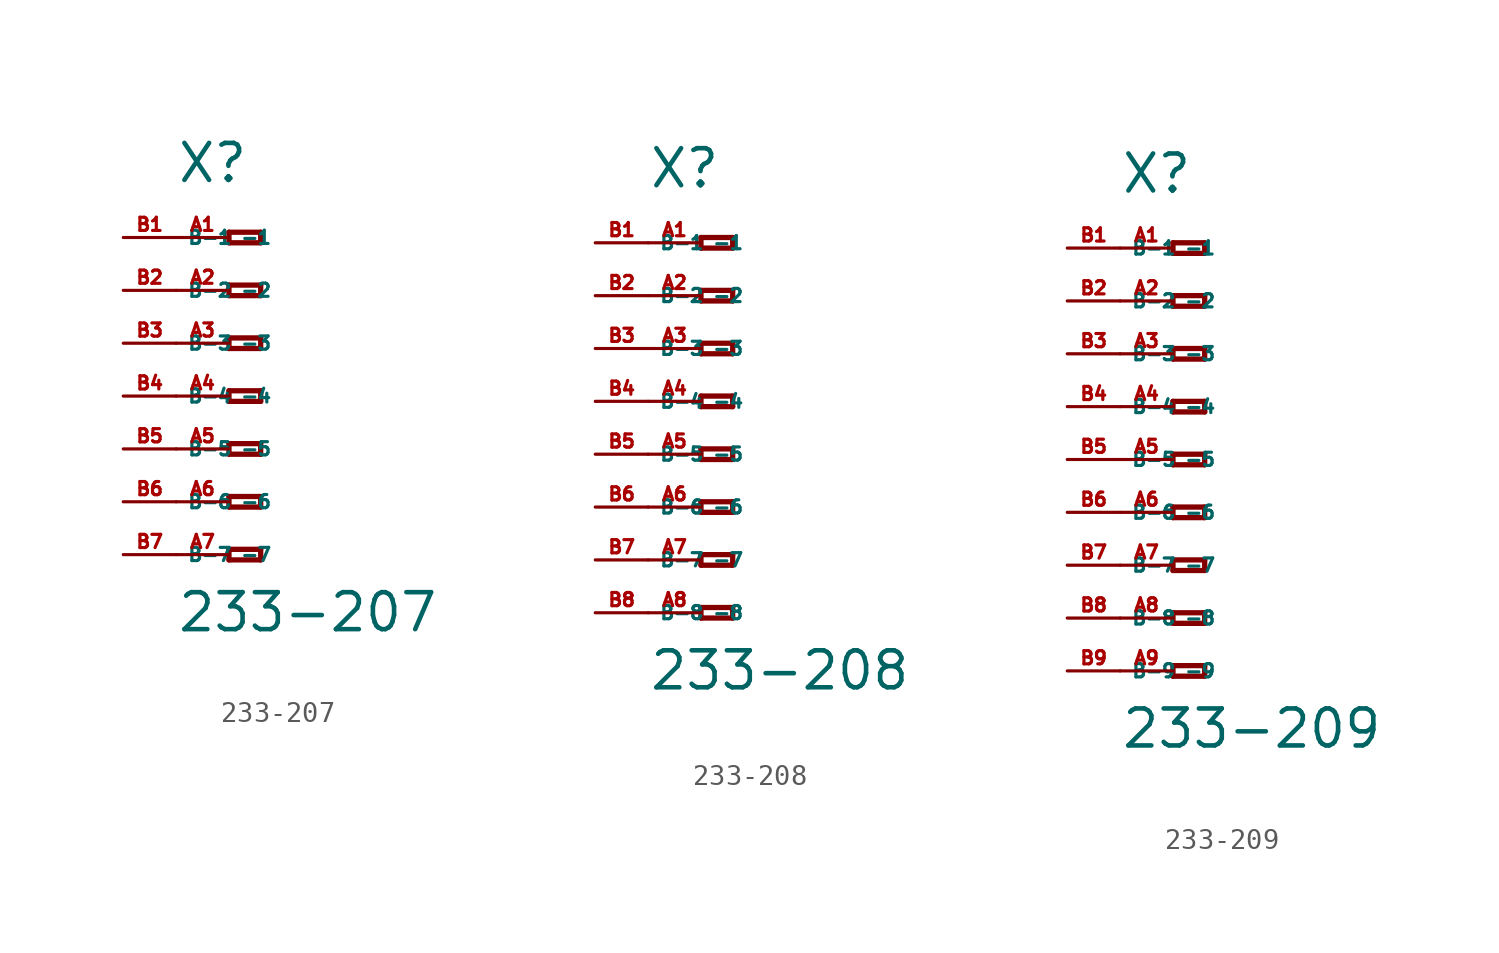
<source format=kicad_sym>
(kicad_symbol_lib
  (version 20220914)
  (generator Eagle2Kicad)
  (symbol "233-207"
    (property "Reference" "X"
      (at -5.08 10.16 0)
      (effects (font (size 1.778 1.778) (thickness 0.22)) (justify left bottom)))
    (property "Value" "233-207"
      (at -5.08 -11.43 0)
      (effects (font (size 1.778 1.778) (thickness 0.22)) (justify left bottom)))
    (polyline
      (pts (xy -2.54 7.874) (xy -2.54 7.366))
      (stroke (width 0.254) (type default))
      (fill (type none)))
    (polyline
      (pts (xy -2.54 7.366) (xy -1.016 7.366))
      (stroke (width 0.254) (type default))
      (fill (type none)))
    (polyline
      (pts (xy -1.016 7.366) (xy -1.016 7.874))
      (stroke (width 0.254) (type default))
      (fill (type none)))
    (polyline
      (pts (xy -1.016 7.874) (xy -2.54 7.874))
      (stroke (width 0.254) (type default))
      (fill (type none)))
    (polyline
      (pts (xy -2.54 5.334) (xy -2.54 4.826))
      (stroke (width 0.254) (type default))
      (fill (type none)))
    (polyline
      (pts (xy -2.54 4.826) (xy -1.016 4.826))
      (stroke (width 0.254) (type default))
      (fill (type none)))
    (polyline
      (pts (xy -1.016 4.826) (xy -1.016 5.334))
      (stroke (width 0.254) (type default))
      (fill (type none)))
    (polyline
      (pts (xy -1.016 5.334) (xy -2.54 5.334))
      (stroke (width 0.254) (type default))
      (fill (type none)))
    (polyline
      (pts (xy -2.54 2.794) (xy -2.54 2.286))
      (stroke (width 0.254) (type default))
      (fill (type none)))
    (polyline
      (pts (xy -2.54 2.286) (xy -1.016 2.286))
      (stroke (width 0.254) (type default))
      (fill (type none)))
    (polyline
      (pts (xy -1.016 2.286) (xy -1.016 2.794))
      (stroke (width 0.254) (type default))
      (fill (type none)))
    (polyline
      (pts (xy -1.016 2.794) (xy -2.54 2.794))
      (stroke (width 0.254) (type default))
      (fill (type none)))
    (polyline
      (pts (xy -2.54 0.254) (xy -2.54 -0.254))
      (stroke (width 0.254) (type default))
      (fill (type none)))
    (polyline
      (pts (xy -2.54 -0.254) (xy -1.016 -0.254))
      (stroke (width 0.254) (type default))
      (fill (type none)))
    (polyline
      (pts (xy -1.016 -0.254) (xy -1.016 0.254))
      (stroke (width 0.254) (type default))
      (fill (type none)))
    (polyline
      (pts (xy -1.016 0.254) (xy -2.54 0.254))
      (stroke (width 0.254) (type default))
      (fill (type none)))
    (polyline
      (pts (xy -2.54 -2.286) (xy -2.54 -2.794))
      (stroke (width 0.254) (type default))
      (fill (type none)))
    (polyline
      (pts (xy -2.54 -2.794) (xy -1.016 -2.794))
      (stroke (width 0.254) (type default))
      (fill (type none)))
    (polyline
      (pts (xy -1.016 -2.794) (xy -1.016 -2.286))
      (stroke (width 0.254) (type default))
      (fill (type none)))
    (polyline
      (pts (xy -1.016 -2.286) (xy -2.54 -2.286))
      (stroke (width 0.254) (type default))
      (fill (type none)))
    (polyline
      (pts (xy -2.54 -4.826) (xy -2.54 -5.334))
      (stroke (width 0.254) (type default))
      (fill (type none)))
    (polyline
      (pts (xy -2.54 -5.334) (xy -1.016 -5.334))
      (stroke (width 0.254) (type default))
      (fill (type none)))
    (polyline
      (pts (xy -1.016 -5.334) (xy -1.016 -4.826))
      (stroke (width 0.254) (type default))
      (fill (type none)))
    (polyline
      (pts (xy -1.016 -4.826) (xy -2.54 -4.826))
      (stroke (width 0.254) (type default))
      (fill (type none)))
    (polyline
      (pts (xy -2.54 -7.366) (xy -2.54 -7.874))
      (stroke (width 0.254) (type default))
      (fill (type none)))
    (polyline
      (pts (xy -2.54 -7.874) (xy -1.016 -7.874))
      (stroke (width 0.254) (type default))
      (fill (type none)))
    (polyline
      (pts (xy -1.016 -7.874) (xy -1.016 -7.366))
      (stroke (width 0.254) (type default))
      (fill (type none)))
    (polyline
      (pts (xy -1.016 -7.366) (xy -2.54 -7.366))
      (stroke (width 0.254) (type default))
      (fill (type none)))
    (pin passive line
      (at -5.08 7.62 0)
      (length 2.54)
      (name "-1" (effects (font (size 0.635 0.635) (thickness 0.08)) (justify left bottom)))
      (number "A1" (effects (font (size 0.635 0.635) (thickness 0.08)) (justify left bottom))))
    (pin passive line
      (at -5.08 5.08 0)
      (length 2.54)
      (name "-2" (effects (font (size 0.635 0.635) (thickness 0.08)) (justify left bottom)))
      (number "A2" (effects (font (size 0.635 0.635) (thickness 0.08)) (justify left bottom))))
    (pin passive line
      (at -5.08 2.54 0)
      (length 2.54)
      (name "-3" (effects (font (size 0.635 0.635) (thickness 0.08)) (justify left bottom)))
      (number "A3" (effects (font (size 0.635 0.635) (thickness 0.08)) (justify left bottom))))
    (pin passive line
      (at -5.08 0 0)
      (length 2.54)
      (name "-4" (effects (font (size 0.635 0.635) (thickness 0.08)) (justify left bottom)))
      (number "A4" (effects (font (size 0.635 0.635) (thickness 0.08)) (justify left bottom))))
    (pin passive line
      (at -5.08 -2.54 0)
      (length 2.54)
      (name "-5" (effects (font (size 0.635 0.635) (thickness 0.08)) (justify left bottom)))
      (number "A5" (effects (font (size 0.635 0.635) (thickness 0.08)) (justify left bottom))))
    (pin passive line
      (at -5.08 -5.08 0)
      (length 2.54)
      (name "-6" (effects (font (size 0.635 0.635) (thickness 0.08)) (justify left bottom)))
      (number "A6" (effects (font (size 0.635 0.635) (thickness 0.08)) (justify left bottom))))
    (pin passive line
      (at -5.08 -7.62 0)
      (length 2.54)
      (name "-7" (effects (font (size 0.635 0.635) (thickness 0.08)) (justify left bottom)))
      (number "A7" (effects (font (size 0.635 0.635) (thickness 0.08)) (justify left bottom))))
    (pin passive line
      (at -7.62 -7.62 0)
      (length 2.54)
      (name "B-7" (effects (font (size 0.635 0.635) (thickness 0.08)) (justify left bottom)))
      (number "B7" (effects (font (size 0.635 0.635) (thickness 0.08)) (justify left bottom))))
    (pin passive line
      (at -7.62 7.62 0)
      (length 2.54)
      (name "B-1" (effects (font (size 0.635 0.635) (thickness 0.08)) (justify left bottom)))
      (number "B1" (effects (font (size 0.635 0.635) (thickness 0.08)) (justify left bottom))))
    (pin passive line
      (at -7.62 5.08 0)
      (length 2.54)
      (name "B-2" (effects (font (size 0.635 0.635) (thickness 0.08)) (justify left bottom)))
      (number "B2" (effects (font (size 0.635 0.635) (thickness 0.08)) (justify left bottom))))
    (pin passive line
      (at -7.62 2.54 0)
      (length 2.54)
      (name "B-3" (effects (font (size 0.635 0.635) (thickness 0.08)) (justify left bottom)))
      (number "B3" (effects (font (size 0.635 0.635) (thickness 0.08)) (justify left bottom))))
    (pin passive line
      (at -7.62 0 0)
      (length 2.54)
      (name "B-4" (effects (font (size 0.635 0.635) (thickness 0.08)) (justify left bottom)))
      (number "B4" (effects (font (size 0.635 0.635) (thickness 0.08)) (justify left bottom))))
    (pin passive line
      (at -7.62 -2.54 0)
      (length 2.54)
      (name "B-5" (effects (font (size 0.635 0.635) (thickness 0.08)) (justify left bottom)))
      (number "B5" (effects (font (size 0.635 0.635) (thickness 0.08)) (justify left bottom))))
    (pin passive line
      (at -7.62 -5.08 0)
      (length 2.54)
      (name "B-6" (effects (font (size 0.635 0.635) (thickness 0.08)) (justify left bottom)))
      (number "B6" (effects (font (size 0.635 0.635) (thickness 0.08)) (justify left bottom)))))
  (symbol "233-208"
    (property "Reference" "X"
      (at -5.08 10.16 0)
      (effects (font (size 1.778 1.778) (thickness 0.22)) (justify left bottom)))
    (property "Value" "233-208"
      (at -5.08 -13.97 0)
      (effects (font (size 1.778 1.778) (thickness 0.22)) (justify left bottom)))
    (polyline
      (pts (xy -2.54 7.874) (xy -2.54 7.366))
      (stroke (width 0.254) (type default))
      (fill (type none)))
    (polyline
      (pts (xy -2.54 7.366) (xy -1.016 7.366))
      (stroke (width 0.254) (type default))
      (fill (type none)))
    (polyline
      (pts (xy -1.016 7.366) (xy -1.016 7.874))
      (stroke (width 0.254) (type default))
      (fill (type none)))
    (polyline
      (pts (xy -1.016 7.874) (xy -2.54 7.874))
      (stroke (width 0.254) (type default))
      (fill (type none)))
    (polyline
      (pts (xy -2.54 5.334) (xy -2.54 4.826))
      (stroke (width 0.254) (type default))
      (fill (type none)))
    (polyline
      (pts (xy -2.54 4.826) (xy -1.016 4.826))
      (stroke (width 0.254) (type default))
      (fill (type none)))
    (polyline
      (pts (xy -1.016 4.826) (xy -1.016 5.334))
      (stroke (width 0.254) (type default))
      (fill (type none)))
    (polyline
      (pts (xy -1.016 5.334) (xy -2.54 5.334))
      (stroke (width 0.254) (type default))
      (fill (type none)))
    (polyline
      (pts (xy -2.54 2.794) (xy -2.54 2.286))
      (stroke (width 0.254) (type default))
      (fill (type none)))
    (polyline
      (pts (xy -2.54 2.286) (xy -1.016 2.286))
      (stroke (width 0.254) (type default))
      (fill (type none)))
    (polyline
      (pts (xy -1.016 2.286) (xy -1.016 2.794))
      (stroke (width 0.254) (type default))
      (fill (type none)))
    (polyline
      (pts (xy -1.016 2.794) (xy -2.54 2.794))
      (stroke (width 0.254) (type default))
      (fill (type none)))
    (polyline
      (pts (xy -2.54 0.254) (xy -2.54 -0.254))
      (stroke (width 0.254) (type default))
      (fill (type none)))
    (polyline
      (pts (xy -2.54 -0.254) (xy -1.016 -0.254))
      (stroke (width 0.254) (type default))
      (fill (type none)))
    (polyline
      (pts (xy -1.016 -0.254) (xy -1.016 0.254))
      (stroke (width 0.254) (type default))
      (fill (type none)))
    (polyline
      (pts (xy -1.016 0.254) (xy -2.54 0.254))
      (stroke (width 0.254) (type default))
      (fill (type none)))
    (polyline
      (pts (xy -2.54 -2.286) (xy -2.54 -2.794))
      (stroke (width 0.254) (type default))
      (fill (type none)))
    (polyline
      (pts (xy -2.54 -2.794) (xy -1.016 -2.794))
      (stroke (width 0.254) (type default))
      (fill (type none)))
    (polyline
      (pts (xy -1.016 -2.794) (xy -1.016 -2.286))
      (stroke (width 0.254) (type default))
      (fill (type none)))
    (polyline
      (pts (xy -1.016 -2.286) (xy -2.54 -2.286))
      (stroke (width 0.254) (type default))
      (fill (type none)))
    (polyline
      (pts (xy -2.54 -4.826) (xy -2.54 -5.334))
      (stroke (width 0.254) (type default))
      (fill (type none)))
    (polyline
      (pts (xy -2.54 -5.334) (xy -1.016 -5.334))
      (stroke (width 0.254) (type default))
      (fill (type none)))
    (polyline
      (pts (xy -1.016 -5.334) (xy -1.016 -4.826))
      (stroke (width 0.254) (type default))
      (fill (type none)))
    (polyline
      (pts (xy -1.016 -4.826) (xy -2.54 -4.826))
      (stroke (width 0.254) (type default))
      (fill (type none)))
    (polyline
      (pts (xy -2.54 -7.366) (xy -2.54 -7.874))
      (stroke (width 0.254) (type default))
      (fill (type none)))
    (polyline
      (pts (xy -2.54 -7.874) (xy -1.016 -7.874))
      (stroke (width 0.254) (type default))
      (fill (type none)))
    (polyline
      (pts (xy -1.016 -7.874) (xy -1.016 -7.366))
      (stroke (width 0.254) (type default))
      (fill (type none)))
    (polyline
      (pts (xy -1.016 -7.366) (xy -2.54 -7.366))
      (stroke (width 0.254) (type default))
      (fill (type none)))
    (polyline
      (pts (xy -2.54 -9.906) (xy -2.54 -10.414))
      (stroke (width 0.254) (type default))
      (fill (type none)))
    (polyline
      (pts (xy -2.54 -10.414) (xy -1.016 -10.414))
      (stroke (width 0.254) (type default))
      (fill (type none)))
    (polyline
      (pts (xy -1.016 -10.414) (xy -1.016 -9.906))
      (stroke (width 0.254) (type default))
      (fill (type none)))
    (polyline
      (pts (xy -1.016 -9.906) (xy -2.54 -9.906))
      (stroke (width 0.254) (type default))
      (fill (type none)))
    (pin passive line
      (at -5.08 7.62 0)
      (length 2.54)
      (name "-1" (effects (font (size 0.635 0.635) (thickness 0.08)) (justify left bottom)))
      (number "A1" (effects (font (size 0.635 0.635) (thickness 0.08)) (justify left bottom))))
    (pin passive line
      (at -5.08 5.08 0)
      (length 2.54)
      (name "-2" (effects (font (size 0.635 0.635) (thickness 0.08)) (justify left bottom)))
      (number "A2" (effects (font (size 0.635 0.635) (thickness 0.08)) (justify left bottom))))
    (pin passive line
      (at -5.08 2.54 0)
      (length 2.54)
      (name "-3" (effects (font (size 0.635 0.635) (thickness 0.08)) (justify left bottom)))
      (number "A3" (effects (font (size 0.635 0.635) (thickness 0.08)) (justify left bottom))))
    (pin passive line
      (at -5.08 0 0)
      (length 2.54)
      (name "-4" (effects (font (size 0.635 0.635) (thickness 0.08)) (justify left bottom)))
      (number "A4" (effects (font (size 0.635 0.635) (thickness 0.08)) (justify left bottom))))
    (pin passive line
      (at -5.08 -2.54 0)
      (length 2.54)
      (name "-5" (effects (font (size 0.635 0.635) (thickness 0.08)) (justify left bottom)))
      (number "A5" (effects (font (size 0.635 0.635) (thickness 0.08)) (justify left bottom))))
    (pin passive line
      (at -5.08 -5.08 0)
      (length 2.54)
      (name "-6" (effects (font (size 0.635 0.635) (thickness 0.08)) (justify left bottom)))
      (number "A6" (effects (font (size 0.635 0.635) (thickness 0.08)) (justify left bottom))))
    (pin passive line
      (at -5.08 -7.62 0)
      (length 2.54)
      (name "-7" (effects (font (size 0.635 0.635) (thickness 0.08)) (justify left bottom)))
      (number "A7" (effects (font (size 0.635 0.635) (thickness 0.08)) (justify left bottom))))
    (pin passive line
      (at -5.08 -10.16 0)
      (length 2.54)
      (name "-8" (effects (font (size 0.635 0.635) (thickness 0.08)) (justify left bottom)))
      (number "A8" (effects (font (size 0.635 0.635) (thickness 0.08)) (justify left bottom))))
    (pin passive line
      (at -7.62 -10.16 0)
      (length 2.54)
      (name "B-8" (effects (font (size 0.635 0.635) (thickness 0.08)) (justify left bottom)))
      (number "B8" (effects (font (size 0.635 0.635) (thickness 0.08)) (justify left bottom))))
    (pin passive line
      (at -7.62 7.62 0)
      (length 2.54)
      (name "B-1" (effects (font (size 0.635 0.635) (thickness 0.08)) (justify left bottom)))
      (number "B1" (effects (font (size 0.635 0.635) (thickness 0.08)) (justify left bottom))))
    (pin passive line
      (at -7.62 5.08 0)
      (length 2.54)
      (name "B-2" (effects (font (size 0.635 0.635) (thickness 0.08)) (justify left bottom)))
      (number "B2" (effects (font (size 0.635 0.635) (thickness 0.08)) (justify left bottom))))
    (pin passive line
      (at -7.62 2.54 0)
      (length 2.54)
      (name "B-3" (effects (font (size 0.635 0.635) (thickness 0.08)) (justify left bottom)))
      (number "B3" (effects (font (size 0.635 0.635) (thickness 0.08)) (justify left bottom))))
    (pin passive line
      (at -7.62 0 0)
      (length 2.54)
      (name "B-4" (effects (font (size 0.635 0.635) (thickness 0.08)) (justify left bottom)))
      (number "B4" (effects (font (size 0.635 0.635) (thickness 0.08)) (justify left bottom))))
    (pin passive line
      (at -7.62 -2.54 0)
      (length 2.54)
      (name "B-5" (effects (font (size 0.635 0.635) (thickness 0.08)) (justify left bottom)))
      (number "B5" (effects (font (size 0.635 0.635) (thickness 0.08)) (justify left bottom))))
    (pin passive line
      (at -7.62 -5.08 0)
      (length 2.54)
      (name "B-6" (effects (font (size 0.635 0.635) (thickness 0.08)) (justify left bottom)))
      (number "B6" (effects (font (size 0.635 0.635) (thickness 0.08)) (justify left bottom))))
    (pin passive line
      (at -7.62 -7.62 0)
      (length 2.54)
      (name "B-7" (effects (font (size 0.635 0.635) (thickness 0.08)) (justify left bottom)))
      (number "B7" (effects (font (size 0.635 0.635) (thickness 0.08)) (justify left bottom)))))
  (symbol "233-209"
    (property "Reference" "X"
      (at -5.08 12.7 0)
      (effects (font (size 1.778 1.778) (thickness 0.22)) (justify left bottom)))
    (property "Value" "233-209"
      (at -5.08 -13.97 0)
      (effects (font (size 1.778 1.778) (thickness 0.22)) (justify left bottom)))
    (polyline
      (pts (xy -2.54 10.414) (xy -2.54 9.906))
      (stroke (width 0.254) (type default))
      (fill (type none)))
    (polyline
      (pts (xy -2.54 9.906) (xy -1.016 9.906))
      (stroke (width 0.254) (type default))
      (fill (type none)))
    (polyline
      (pts (xy -1.016 9.906) (xy -1.016 10.414))
      (stroke (width 0.254) (type default))
      (fill (type none)))
    (polyline
      (pts (xy -1.016 10.414) (xy -2.54 10.414))
      (stroke (width 0.254) (type default))
      (fill (type none)))
    (polyline
      (pts (xy -2.54 7.874) (xy -2.54 7.366))
      (stroke (width 0.254) (type default))
      (fill (type none)))
    (polyline
      (pts (xy -2.54 7.366) (xy -1.016 7.366))
      (stroke (width 0.254) (type default))
      (fill (type none)))
    (polyline
      (pts (xy -1.016 7.366) (xy -1.016 7.874))
      (stroke (width 0.254) (type default))
      (fill (type none)))
    (polyline
      (pts (xy -1.016 7.874) (xy -2.54 7.874))
      (stroke (width 0.254) (type default))
      (fill (type none)))
    (polyline
      (pts (xy -2.54 5.334) (xy -2.54 4.826))
      (stroke (width 0.254) (type default))
      (fill (type none)))
    (polyline
      (pts (xy -2.54 4.826) (xy -1.016 4.826))
      (stroke (width 0.254) (type default))
      (fill (type none)))
    (polyline
      (pts (xy -1.016 4.826) (xy -1.016 5.334))
      (stroke (width 0.254) (type default))
      (fill (type none)))
    (polyline
      (pts (xy -1.016 5.334) (xy -2.54 5.334))
      (stroke (width 0.254) (type default))
      (fill (type none)))
    (polyline
      (pts (xy -2.54 2.794) (xy -2.54 2.286))
      (stroke (width 0.254) (type default))
      (fill (type none)))
    (polyline
      (pts (xy -2.54 2.286) (xy -1.016 2.286))
      (stroke (width 0.254) (type default))
      (fill (type none)))
    (polyline
      (pts (xy -1.016 2.286) (xy -1.016 2.794))
      (stroke (width 0.254) (type default))
      (fill (type none)))
    (polyline
      (pts (xy -1.016 2.794) (xy -2.54 2.794))
      (stroke (width 0.254) (type default))
      (fill (type none)))
    (polyline
      (pts (xy -2.54 0.254) (xy -2.54 -0.254))
      (stroke (width 0.254) (type default))
      (fill (type none)))
    (polyline
      (pts (xy -2.54 -0.254) (xy -1.016 -0.254))
      (stroke (width 0.254) (type default))
      (fill (type none)))
    (polyline
      (pts (xy -1.016 -0.254) (xy -1.016 0.254))
      (stroke (width 0.254) (type default))
      (fill (type none)))
    (polyline
      (pts (xy -1.016 0.254) (xy -2.54 0.254))
      (stroke (width 0.254) (type default))
      (fill (type none)))
    (polyline
      (pts (xy -2.54 -2.286) (xy -2.54 -2.794))
      (stroke (width 0.254) (type default))
      (fill (type none)))
    (polyline
      (pts (xy -2.54 -2.794) (xy -1.016 -2.794))
      (stroke (width 0.254) (type default))
      (fill (type none)))
    (polyline
      (pts (xy -1.016 -2.794) (xy -1.016 -2.286))
      (stroke (width 0.254) (type default))
      (fill (type none)))
    (polyline
      (pts (xy -1.016 -2.286) (xy -2.54 -2.286))
      (stroke (width 0.254) (type default))
      (fill (type none)))
    (polyline
      (pts (xy -2.54 -4.826) (xy -2.54 -5.334))
      (stroke (width 0.254) (type default))
      (fill (type none)))
    (polyline
      (pts (xy -2.54 -5.334) (xy -1.016 -5.334))
      (stroke (width 0.254) (type default))
      (fill (type none)))
    (polyline
      (pts (xy -1.016 -5.334) (xy -1.016 -4.826))
      (stroke (width 0.254) (type default))
      (fill (type none)))
    (polyline
      (pts (xy -1.016 -4.826) (xy -2.54 -4.826))
      (stroke (width 0.254) (type default))
      (fill (type none)))
    (polyline
      (pts (xy -2.54 -7.366) (xy -2.54 -7.874))
      (stroke (width 0.254) (type default))
      (fill (type none)))
    (polyline
      (pts (xy -2.54 -7.874) (xy -1.016 -7.874))
      (stroke (width 0.254) (type default))
      (fill (type none)))
    (polyline
      (pts (xy -1.016 -7.874) (xy -1.016 -7.366))
      (stroke (width 0.254) (type default))
      (fill (type none)))
    (polyline
      (pts (xy -1.016 -7.366) (xy -2.54 -7.366))
      (stroke (width 0.254) (type default))
      (fill (type none)))
    (polyline
      (pts (xy -2.54 -9.906) (xy -2.54 -10.414))
      (stroke (width 0.254) (type default))
      (fill (type none)))
    (polyline
      (pts (xy -2.54 -10.414) (xy -1.016 -10.414))
      (stroke (width 0.254) (type default))
      (fill (type none)))
    (polyline
      (pts (xy -1.016 -10.414) (xy -1.016 -9.906))
      (stroke (width 0.254) (type default))
      (fill (type none)))
    (polyline
      (pts (xy -1.016 -9.906) (xy -2.54 -9.906))
      (stroke (width 0.254) (type default))
      (fill (type none)))
    (pin passive line
      (at -5.08 10.16 0)
      (length 2.54)
      (name "-1" (effects (font (size 0.635 0.635) (thickness 0.08)) (justify left bottom)))
      (number "A1" (effects (font (size 0.635 0.635) (thickness 0.08)) (justify left bottom))))
    (pin passive line
      (at -5.08 7.62 0)
      (length 2.54)
      (name "-2" (effects (font (size 0.635 0.635) (thickness 0.08)) (justify left bottom)))
      (number "A2" (effects (font (size 0.635 0.635) (thickness 0.08)) (justify left bottom))))
    (pin passive line
      (at -5.08 5.08 0)
      (length 2.54)
      (name "-3" (effects (font (size 0.635 0.635) (thickness 0.08)) (justify left bottom)))
      (number "A3" (effects (font (size 0.635 0.635) (thickness 0.08)) (justify left bottom))))
    (pin passive line
      (at -5.08 2.54 0)
      (length 2.54)
      (name "-4" (effects (font (size 0.635 0.635) (thickness 0.08)) (justify left bottom)))
      (number "A4" (effects (font (size 0.635 0.635) (thickness 0.08)) (justify left bottom))))
    (pin passive line
      (at -5.08 0 0)
      (length 2.54)
      (name "-5" (effects (font (size 0.635 0.635) (thickness 0.08)) (justify left bottom)))
      (number "A5" (effects (font (size 0.635 0.635) (thickness 0.08)) (justify left bottom))))
    (pin passive line
      (at -5.08 -2.54 0)
      (length 2.54)
      (name "-6" (effects (font (size 0.635 0.635) (thickness 0.08)) (justify left bottom)))
      (number "A6" (effects (font (size 0.635 0.635) (thickness 0.08)) (justify left bottom))))
    (pin passive line
      (at -5.08 -5.08 0)
      (length 2.54)
      (name "-7" (effects (font (size 0.635 0.635) (thickness 0.08)) (justify left bottom)))
      (number "A7" (effects (font (size 0.635 0.635) (thickness 0.08)) (justify left bottom))))
    (pin passive line
      (at -5.08 -7.62 0)
      (length 2.54)
      (name "-8" (effects (font (size 0.635 0.635) (thickness 0.08)) (justify left bottom)))
      (number "A8" (effects (font (size 0.635 0.635) (thickness 0.08)) (justify left bottom))))
    (pin passive line
      (at -5.08 -10.16 0)
      (length 2.54)
      (name "-9" (effects (font (size 0.635 0.635) (thickness 0.08)) (justify left bottom)))
      (number "A9" (effects (font (size 0.635 0.635) (thickness 0.08)) (justify left bottom))))
    (pin passive line
      (at -7.62 -10.16 0)
      (length 2.54)
      (name "B-9" (effects (font (size 0.635 0.635) (thickness 0.08)) (justify left bottom)))
      (number "B9" (effects (font (size 0.635 0.635) (thickness 0.08)) (justify left bottom))))
    (pin passive line
      (at -7.62 10.16 0)
      (length 2.54)
      (name "B-1" (effects (font (size 0.635 0.635) (thickness 0.08)) (justify left bottom)))
      (number "B1" (effects (font (size 0.635 0.635) (thickness 0.08)) (justify left bottom))))
    (pin passive line
      (at -7.62 7.62 0)
      (length 2.54)
      (name "B-2" (effects (font (size 0.635 0.635) (thickness 0.08)) (justify left bottom)))
      (number "B2" (effects (font (size 0.635 0.635) (thickness 0.08)) (justify left bottom))))
    (pin passive line
      (at -7.62 5.08 0)
      (length 2.54)
      (name "B-3" (effects (font (size 0.635 0.635) (thickness 0.08)) (justify left bottom)))
      (number "B3" (effects (font (size 0.635 0.635) (thickness 0.08)) (justify left bottom))))
    (pin passive line
      (at -7.62 2.54 0)
      (length 2.54)
      (name "B-4" (effects (font (size 0.635 0.635) (thickness 0.08)) (justify left bottom)))
      (number "B4" (effects (font (size 0.635 0.635) (thickness 0.08)) (justify left bottom))))
    (pin passive line
      (at -7.62 0 0)
      (length 2.54)
      (name "B-5" (effects (font (size 0.635 0.635) (thickness 0.08)) (justify left bottom)))
      (number "B5" (effects (font (size 0.635 0.635) (thickness 0.08)) (justify left bottom))))
    (pin passive line
      (at -7.62 -2.54 0)
      (length 2.54)
      (name "B-6" (effects (font (size 0.635 0.635) (thickness 0.08)) (justify left bottom)))
      (number "B6" (effects (font (size 0.635 0.635) (thickness 0.08)) (justify left bottom))))
    (pin passive line
      (at -7.62 -5.08 0)
      (length 2.54)
      (name "B-7" (effects (font (size 0.635 0.635) (thickness 0.08)) (justify left bottom)))
      (number "B7" (effects (font (size 0.635 0.635) (thickness 0.08)) (justify left bottom))))
    (pin passive line
      (at -7.62 -7.62 0)
      (length 2.54)
      (name "B-8" (effects (font (size 0.635 0.635) (thickness 0.08)) (justify left bottom)))
      (number "B8" (effects (font (size 0.635 0.635) (thickness 0.08)) (justify left bottom))))))
</source>
